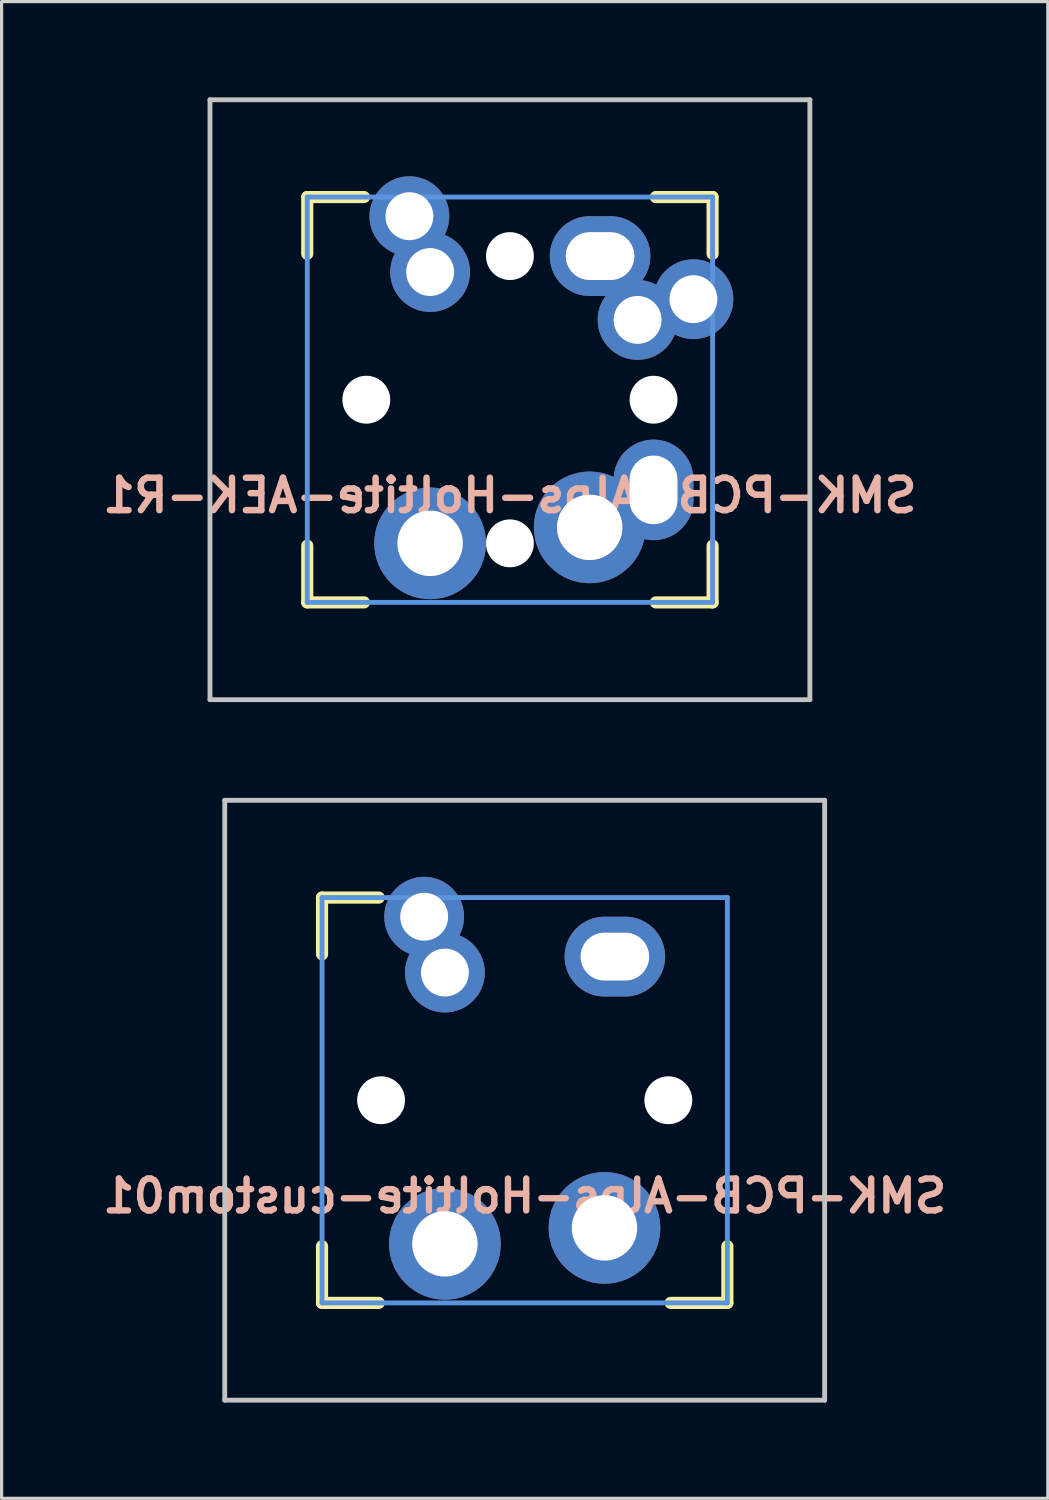
<source format=kicad_pcb>
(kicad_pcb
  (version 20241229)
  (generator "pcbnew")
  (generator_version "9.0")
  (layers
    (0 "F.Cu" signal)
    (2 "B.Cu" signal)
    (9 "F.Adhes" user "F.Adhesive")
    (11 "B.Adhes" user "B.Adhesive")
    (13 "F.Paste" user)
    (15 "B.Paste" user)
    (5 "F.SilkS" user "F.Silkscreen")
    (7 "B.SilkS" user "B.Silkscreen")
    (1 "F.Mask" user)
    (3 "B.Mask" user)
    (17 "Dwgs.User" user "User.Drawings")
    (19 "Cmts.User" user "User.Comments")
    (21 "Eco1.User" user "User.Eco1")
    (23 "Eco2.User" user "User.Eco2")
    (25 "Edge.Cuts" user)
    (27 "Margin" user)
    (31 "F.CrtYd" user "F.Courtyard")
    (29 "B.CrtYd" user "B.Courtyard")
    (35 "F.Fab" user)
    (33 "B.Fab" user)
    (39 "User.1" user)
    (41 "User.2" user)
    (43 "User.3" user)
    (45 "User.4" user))
  (footprint "SMK-PCB-Alps-Holtite-AEK-R1"
    (layer "F.Cu")
    (at 12.927 9.474)
    (property "Reference" "SMK-PCB-Alps-Holtite-AEK-R1" (at 0 3 0) (layer "B.SilkS") (effects (font (size 1.016 1.016) (thickness 0.203)) (justify mirror)))
    (attr through_hole)
    (fp_line (start -6.35 -6.35) (end -4.572 -6.35) (stroke (width 0.381) (type solid)) (layer "F.SilkS"))
    (fp_line (start -6.35 -4.572) (end -6.35 -6.35) (stroke (width 0.381) (type solid)) (layer "F.SilkS"))
    (fp_line (start -6.35 6.35) (end -6.35 4.572) (stroke (width 0.381) (type solid)) (layer "F.SilkS"))
    (fp_line (start -4.572 6.35) (end -6.35 6.35) (stroke (width 0.381) (type solid)) (layer "F.SilkS"))
    (fp_line (start 4.572 -6.35) (end 6.35 -6.35) (stroke (width 0.381) (type solid)) (layer "F.SilkS"))
    (fp_line (start 6.35 -6.35) (end 6.35 -4.572) (stroke (width 0.381) (type solid)) (layer "F.SilkS"))
    (fp_line (start 6.35 4.572) (end 6.35 6.35) (stroke (width 0.381) (type solid)) (layer "F.SilkS"))
    (fp_line (start 6.35 6.35) (end 4.572 6.35) (stroke (width 0.381) (type solid)) (layer "F.SilkS"))
    (fp_line (start -9.398 -9.398) (end 9.398 -9.398) (stroke (width 0.152) (type solid)) (layer "Dwgs.User"))
    (fp_line (start -9.398 9.398) (end -9.398 -9.398) (stroke (width 0.152) (type solid)) (layer "Dwgs.User"))
    (fp_line (start 9.398 -9.398) (end 9.398 9.398) (stroke (width 0.152) (type solid)) (layer "Dwgs.User"))
    (fp_line (start 9.398 9.398) (end -9.398 9.398) (stroke (width 0.152) (type solid)) (layer "Dwgs.User"))
    (fp_line (start -6.35 -6.35) (end 6.35 -6.35) (stroke (width 0.152) (type solid)) (layer "Cmts.User"))
    (fp_line (start -6.35 6.35) (end -6.35 -6.35) (stroke (width 0.152) (type solid)) (layer "Cmts.User"))
    (fp_line (start 6.35 -6.35) (end 6.35 6.35) (stroke (width 0.152) (type solid)) (layer "Cmts.User"))
    (fp_line (start 6.35 6.35) (end -6.35 6.35) (stroke (width 0.152) (type solid)) (layer "Cmts.User"))
    (fp_line (start -7.75 -6.4) (end -6.985 -6.4) (stroke (width 0.152) (type solid)) (layer "Eco2.User"))
    (fp_line (start -7.75 6.4) (end -7.75 -6.4) (stroke (width 0.152) (type solid)) (layer "Eco2.User"))
    (fp_line (start -7.75 6.4) (end -6.985 6.4) (stroke (width 0.152) (type solid)) (layer "Eco2.User"))
    (fp_line (start -6.985 -6.985) (end 6.985 -6.985) (stroke (width 0.152) (type solid)) (layer "Eco2.User"))
    (fp_line (start -6.985 -6.4) (end -6.985 -6.985) (stroke (width 0.152) (type solid)) (layer "Eco2.User"))
    (fp_line (start -6.985 6.4) (end -6.985 6.985) (stroke (width 0.152) (type solid)) (layer "Eco2.User"))
    (fp_line (start 6.985 -6.4) (end 6.985 -6.985) (stroke (width 0.152) (type solid)) (layer "Eco2.User"))
    (fp_line (start 6.985 6.4) (end 7.75 6.4) (stroke (width 0.152) (type solid)) (layer "Eco2.User"))
    (fp_line (start 6.985 6.985) (end -6.985 6.985) (stroke (width 0.152) (type solid)) (layer "Eco2.User"))
    (fp_line (start 6.985 6.985) (end 6.985 6.4) (stroke (width 0.152) (type solid)) (layer "Eco2.User"))
    (fp_line (start 7.75 -6.4) (end 6.985 -6.4) (stroke (width 0.152) (type solid)) (layer "Eco2.User"))
    (fp_line (start 7.75 6.4) (end 7.75 -6.4) (stroke (width 0.152) (type solid)) (layer "Eco2.User"))
    (pad "" np_thru_hole circle (at -4.5 0 330.95) (size 1.5 1.5) (drill 1.5) (layers "*.Cu" "*.Mask"))
    (pad "" np_thru_hole circle (at 0 -4.5 330.95) (size 1.5 1.5) (drill 1.5) (layers "*.Cu" "*.Mask"))
    (pad "" np_thru_hole circle (at 0 4.5 330.95) (size 1.5 1.5) (drill 1.5) (layers "*.Cu" "*.Mask"))
    (pad "" np_thru_hole circle (at 4.5 0 330.95) (size 1.5 1.5) (drill 1.5) (layers "*.Cu" "*.Mask"))
    (pad "SW1" thru_hole circle (at -3.15 -5.75) (size 2.5 2.5) (drill 1.5) (layers "*.Cu" "*.Mask"))
    (pad "SW1" thru_hole circle (at -2.5 -4 330.95) (size 2.5 2.5) (drill 1.5) (layers "*.Cu" "*.Mask"))
    (pad "SW1" thru_hole circle (at 2.5 4 330.95) (size 3.5 3.5) (drill 2.05) (layers "*.Cu" "*.Mask"))
    (pad "SW1" thru_hole oval (at 4.5 2.825 270) (size 3.15 2.5) (drill oval 2.15 1.5) (layers "*.Cu" "*.Mask"))
    (pad "SW2" thru_hole circle (at -2.5 4.5 330.95) (size 3.5 3.5) (drill 2.05) (layers "*.Cu" "*.Mask"))
    (pad "SW2" thru_hole oval (at 2.825 -4.5) (size 3.15 2.5) (drill oval 2.15 1.5) (layers "*.Cu" "*.Mask"))
    (pad "SW2" thru_hole circle (at 4 -2.5 240.95) (size 2.5 2.5) (drill 1.5) (layers "*.Cu" "*.Mask"))
    (pad "SW2" thru_hole circle (at 5.75 -3.15 270) (size 2.5 2.5) (drill 1.5) (layers "*.Cu" "*.Mask")))
  (footprint "SMK-PCB-Alps-Holtite-custom01"
    (layer "F.Cu")
    (at 13.39 31.423)
    (property "Reference" "SMK-PCB-Alps-Holtite-custom01" (at 0 3 0) (layer "B.SilkS") (effects (font (size 1 1) (thickness 0.2)) (justify mirror)))
    (attr through_hole)
    (fp_line (start -6.35 -6.35) (end -4.572 -6.35) (stroke (width 0.381) (type solid)) (layer "F.SilkS"))
    (fp_line (start -6.35 -4.572) (end -6.35 -6.35) (stroke (width 0.381) (type solid)) (layer "F.SilkS"))
    (fp_line (start -6.35 6.35) (end -6.35 4.572) (stroke (width 0.381) (type solid)) (layer "F.SilkS"))
    (fp_line (start -4.572 6.35) (end -6.35 6.35) (stroke (width 0.381) (type solid)) (layer "F.SilkS"))
    (fp_line (start 6.35 4.572) (end 6.35 6.35) (stroke (width 0.381) (type solid)) (layer "F.SilkS"))
    (fp_line (start 6.35 6.35) (end 4.572 6.35) (stroke (width 0.381) (type solid)) (layer "F.SilkS"))
    (fp_line (start -9.398 -9.398) (end 9.398 -9.398) (stroke (width 0.152) (type solid)) (layer "Dwgs.User"))
    (fp_line (start -9.398 9.398) (end -9.398 -9.398) (stroke (width 0.152) (type solid)) (layer "Dwgs.User"))
    (fp_line (start 9.398 -9.398) (end 9.398 9.398) (stroke (width 0.152) (type solid)) (layer "Dwgs.User"))
    (fp_line (start 9.398 9.398) (end -9.398 9.398) (stroke (width 0.152) (type solid)) (layer "Dwgs.User"))
    (fp_line (start -6.35 -6.35) (end 6.35 -6.35) (stroke (width 0.152) (type solid)) (layer "Cmts.User"))
    (fp_line (start -6.35 6.35) (end -6.35 -6.35) (stroke (width 0.152) (type solid)) (layer "Cmts.User"))
    (fp_line (start 6.35 -6.35) (end 6.35 6.35) (stroke (width 0.152) (type solid)) (layer "Cmts.User"))
    (fp_line (start 6.35 6.35) (end -6.35 6.35) (stroke (width 0.152) (type solid)) (layer "Cmts.User"))
    (fp_line (start -7.75 -6.4) (end -6.985 -6.4) (stroke (width 0.152) (type solid)) (layer "Eco2.User"))
    (fp_line (start -7.75 6.4) (end -7.75 -6.4) (stroke (width 0.152) (type solid)) (layer "Eco2.User"))
    (fp_line (start -7.75 6.4) (end -6.985 6.4) (stroke (width 0.152) (type solid)) (layer "Eco2.User"))
    (fp_line (start -6.985 -6.985) (end 6.985 -6.985) (stroke (width 0.152) (type solid)) (layer "Eco2.User"))
    (fp_line (start -6.985 -6.4) (end -6.985 -6.985) (stroke (width 0.152) (type solid)) (layer "Eco2.User"))
    (fp_line (start -6.985 6.4) (end -6.985 6.985) (stroke (width 0.152) (type solid)) (layer "Eco2.User"))
    (fp_line (start 6.985 -6.4) (end 6.985 -6.985) (stroke (width 0.152) (type solid)) (layer "Eco2.User"))
    (fp_line (start 6.985 6.4) (end 7.75 6.4) (stroke (width 0.152) (type solid)) (layer "Eco2.User"))
    (fp_line (start 6.985 6.985) (end -6.985 6.985) (stroke (width 0.152) (type solid)) (layer "Eco2.User"))
    (fp_line (start 6.985 6.985) (end 6.985 6.4) (stroke (width 0.152) (type solid)) (layer "Eco2.User"))
    (fp_line (start 7.75 -6.4) (end 6.985 -6.4) (stroke (width 0.152) (type solid)) (layer "Eco2.User"))
    (fp_line (start 7.75 6.4) (end 7.75 -6.4) (stroke (width 0.152) (type solid)) (layer "Eco2.User"))
    (pad "" np_thru_hole circle (at -4.5 0 330.95) (size 1.5 1.5) (drill 1.5) (layers "*.Cu" "*.Mask"))
    (pad "" np_thru_hole circle (at 4.5 0 330.95) (size 1.5 1.5) (drill 1.5) (layers "*.Cu" "*.Mask"))
    (pad "SW1" thru_hole circle (at -3.15 -5.75) (size 2.5 2.5) (drill 1.5) (layers "*.Cu" "*.Mask"))
    (pad "SW1" thru_hole circle (at -2.5 -4 330.95) (size 2.5 2.5) (drill 1.5) (layers "*.Cu" "*.Mask"))
    (pad "SW1" thru_hole circle (at -2.5 4.5 330.95) (size 3.5 3.5) (drill 2.05) (layers "*.Cu" "*.Mask"))
    (pad "SW2" thru_hole circle (at 2.5 4 330.95) (size 3.5 3.5) (drill 2.05) (layers "*.Cu" "*.Mask"))
    (pad "SW2" thru_hole oval (at 2.825 -4.5) (size 3.15 2.5) (drill oval 2.15 1.5) (layers "*.Cu" "*.Mask")))
  (gr_rect
    (start -3 -3)
    (end 29.781 43.897)
    (stroke (width 0.1) (type default))
    (fill no)
    (layer "Edge.Cuts")))
</source>
